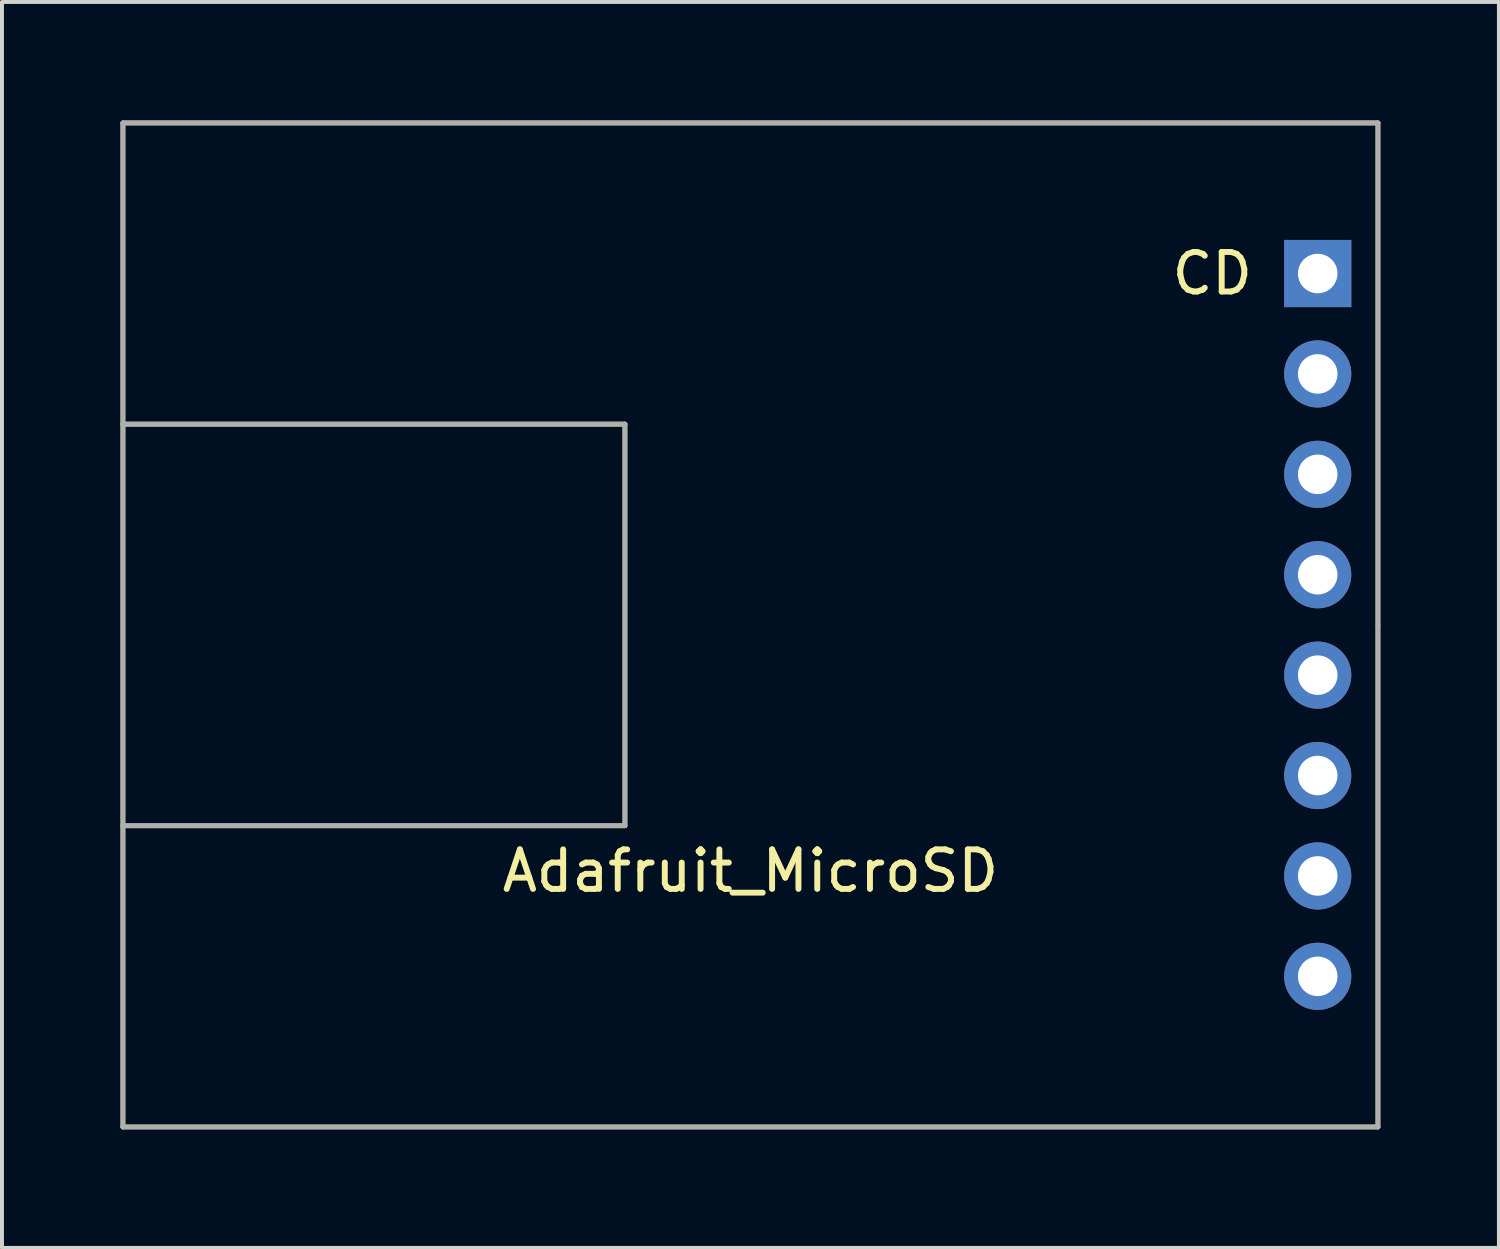
<source format=kicad_pcb>
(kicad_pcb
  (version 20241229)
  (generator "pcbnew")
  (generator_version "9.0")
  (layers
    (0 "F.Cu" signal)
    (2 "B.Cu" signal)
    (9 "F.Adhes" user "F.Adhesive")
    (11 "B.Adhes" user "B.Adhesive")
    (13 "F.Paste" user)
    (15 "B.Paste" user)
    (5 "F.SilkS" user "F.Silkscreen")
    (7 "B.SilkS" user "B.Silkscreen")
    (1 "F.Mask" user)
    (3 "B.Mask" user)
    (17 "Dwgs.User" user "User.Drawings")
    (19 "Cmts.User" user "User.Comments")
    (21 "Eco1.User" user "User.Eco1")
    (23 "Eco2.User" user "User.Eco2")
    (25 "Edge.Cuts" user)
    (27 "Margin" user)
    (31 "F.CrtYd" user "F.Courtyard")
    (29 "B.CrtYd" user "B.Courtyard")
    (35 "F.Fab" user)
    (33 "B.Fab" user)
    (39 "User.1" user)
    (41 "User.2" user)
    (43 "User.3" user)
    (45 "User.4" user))
  (footprint "Adafruit_MicroSD"
    (layer "F.Cu")
    (at 15.935 12.76)
    (property "Reference" "Adafruit_MicroSD" (at 0 6.223 0) (layer "F.SilkS") (effects (font (size 1 1) (thickness 0.15))))
    (attr through_hole)
    (fp_line (start -15.875 -12.7) (end 15.875 -12.7) (stroke (width 0.12) (type solid)) (layer "F.SilkS"))
    (fp_line (start -15.875 -5.08) (end -3.175 -5.08) (stroke (width 0.12) (type solid)) (layer "F.SilkS"))
    (fp_line (start -15.875 12.7) (end -15.875 -12.7) (stroke (width 0.12) (type solid)) (layer "F.SilkS"))
    (fp_line (start -3.175 -5.08) (end -3.175 5.08) (stroke (width 0.12) (type solid)) (layer "F.SilkS"))
    (fp_line (start -3.175 5.08) (end -15.875 5.08) (stroke (width 0.12) (type solid)) (layer "F.SilkS"))
    (fp_line (start 15.875 -12.7) (end 15.875 12.7) (stroke (width 0.12) (type solid)) (layer "F.SilkS"))
    (fp_line (start 15.875 12.7) (end -15.875 12.7) (stroke (width 0.12) (type solid)) (layer "F.SilkS"))
    (fp_line (start -15.875 -12.7) (end -15.875 12.7) (stroke (width 0.12) (type solid)) (layer "F.Fab"))
    (fp_line (start -15.875 -5.08) (end -3.175 -5.08) (stroke (width 0.12) (type solid)) (layer "F.Fab"))
    (fp_line (start -15.875 12.7) (end 15.875 12.7) (stroke (width 0.12) (type solid)) (layer "F.Fab"))
    (fp_line (start -3.175 -5.08) (end -3.175 5.08) (stroke (width 0.12) (type solid)) (layer "F.Fab"))
    (fp_line (start -3.175 5.08) (end -15.875 5.08) (stroke (width 0.12) (type solid)) (layer "F.Fab"))
    (fp_line (start 15.875 -12.7) (end -15.875 -12.7) (stroke (width 0.12) (type solid)) (layer "F.Fab"))
    (fp_line (start 15.875 0) (end 15.875 -12.7) (stroke (width 0.12) (type solid)) (layer "F.Fab"))
    (fp_line (start 15.875 12.7) (end 15.875 0) (stroke (width 0.12) (type solid)) (layer "F.Fab"))
    (fp_text user "CD" (at 11.684 -8.89 0) (layer "F.SilkS") (effects (font (size 1 1) (thickness 0.15))))
    (pad "1" thru_hole rect (at 14.351 -8.89) (size 1.7 1.7) (drill 1) (layers "*.Cu" "*.Mask"))
    (pad "2" thru_hole circle (at 14.351 -6.35) (size 1.7 1.7) (drill 1) (layers "*.Cu" "*.Mask"))
    (pad "3" thru_hole circle (at 14.351 -3.81) (size 1.7 1.7) (drill 1) (layers "*.Cu" "*.Mask"))
    (pad "4" thru_hole circle (at 14.351 -1.27) (size 1.7 1.7) (drill 1) (layers "*.Cu" "*.Mask"))
    (pad "5" thru_hole circle (at 14.351 1.27) (size 1.7 1.7) (drill 1) (layers "*.Cu" "*.Mask"))
    (pad "6" thru_hole circle (at 14.351 3.81) (size 1.7 1.7) (drill 1) (layers "*.Cu" "*.Mask"))
    (pad "7" thru_hole circle (at 14.351 6.35) (size 1.7 1.7) (drill 1) (layers "*.Cu" "*.Mask"))
    (pad "8" thru_hole circle (at 14.351 8.89) (size 1.7 1.7) (drill 1) (layers "*.Cu" "*.Mask")))
  (gr_rect
    (start -3 -3)
    (end 34.87 28.52)
    (stroke (width 0.1) (type default))
    (fill no)
    (layer "Edge.Cuts")))
</source>
